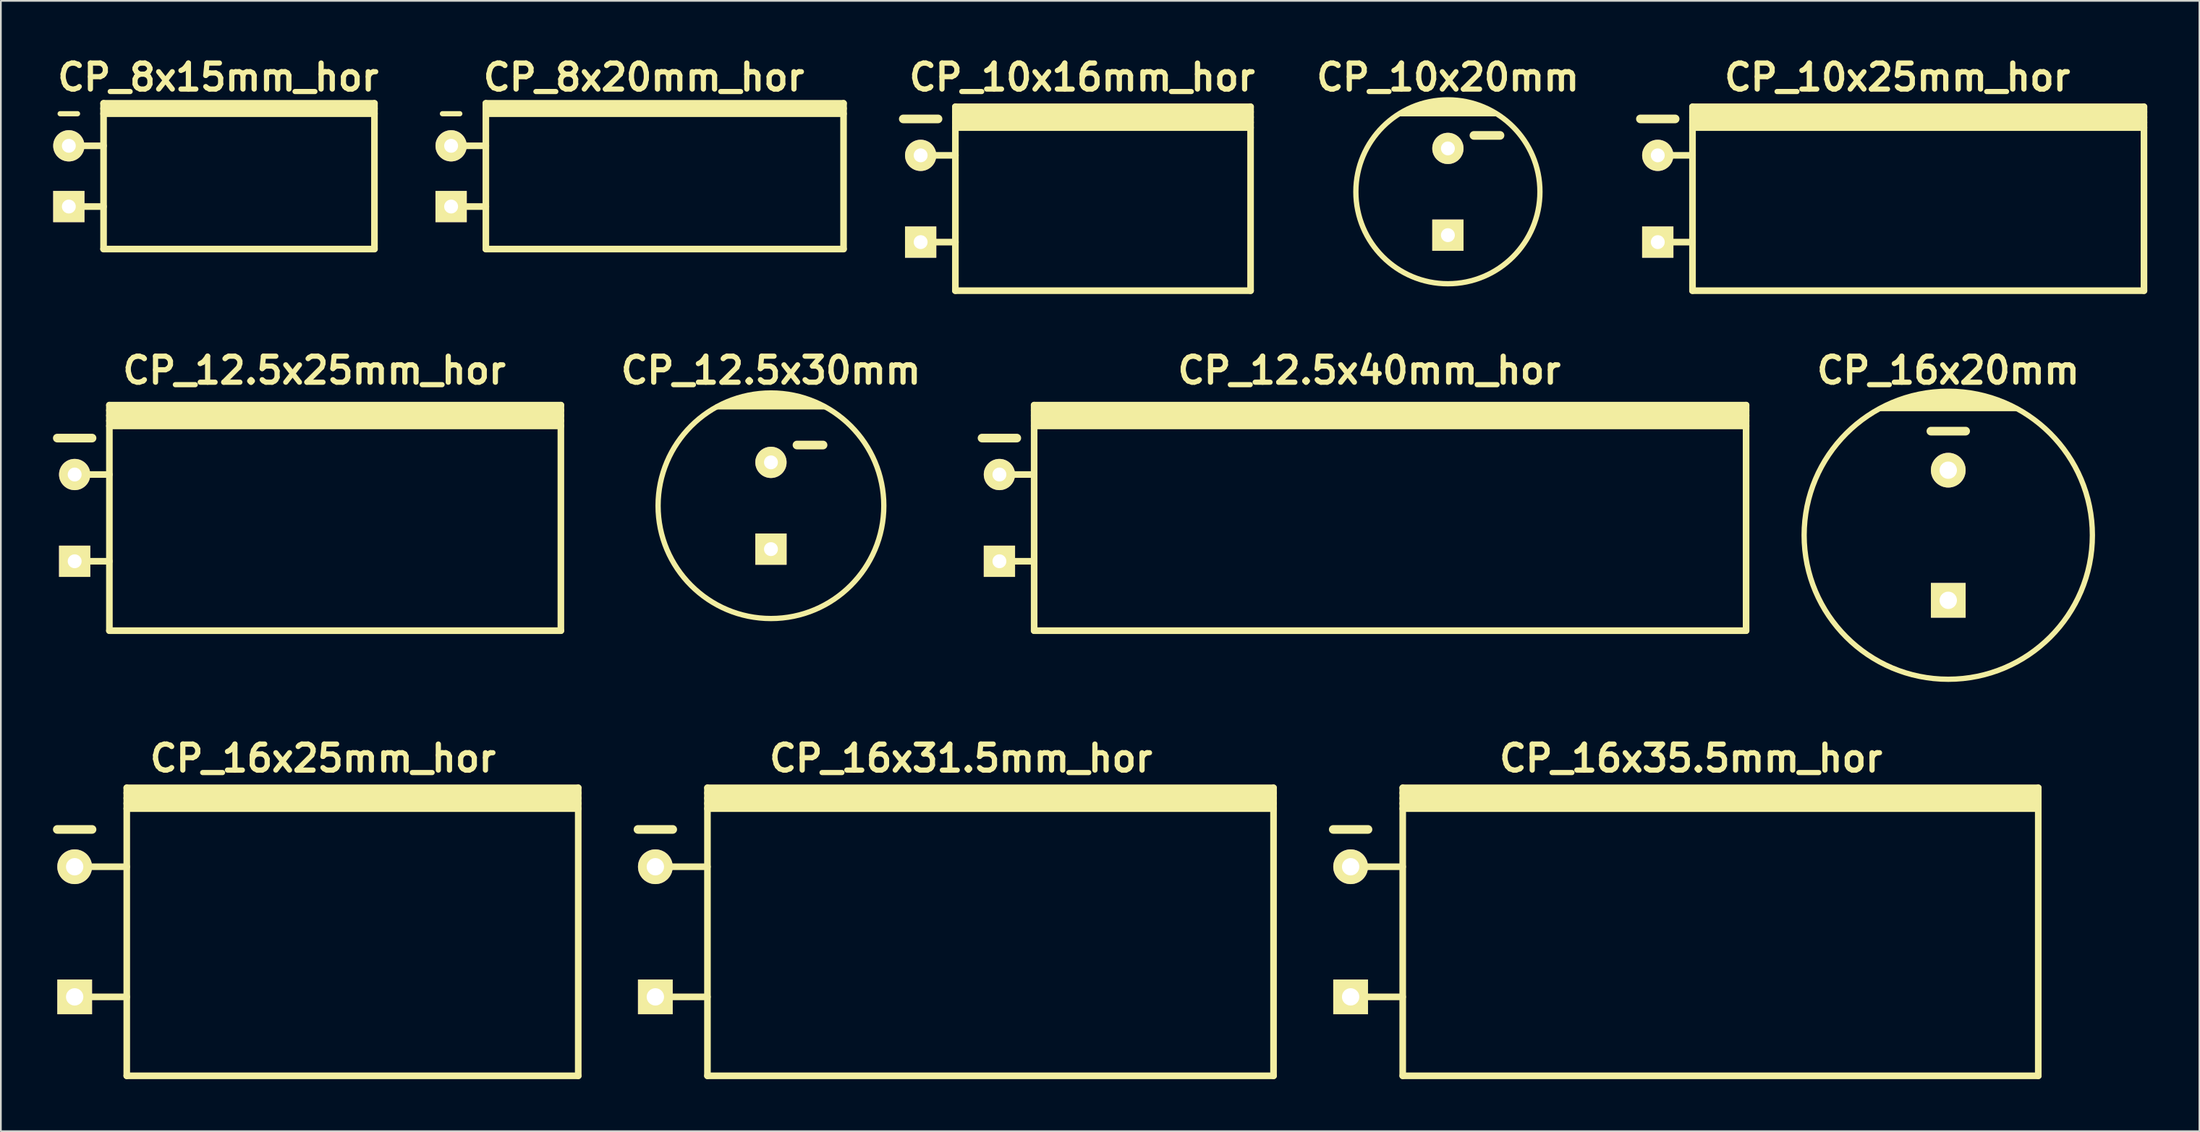
<source format=kicad_pcb>
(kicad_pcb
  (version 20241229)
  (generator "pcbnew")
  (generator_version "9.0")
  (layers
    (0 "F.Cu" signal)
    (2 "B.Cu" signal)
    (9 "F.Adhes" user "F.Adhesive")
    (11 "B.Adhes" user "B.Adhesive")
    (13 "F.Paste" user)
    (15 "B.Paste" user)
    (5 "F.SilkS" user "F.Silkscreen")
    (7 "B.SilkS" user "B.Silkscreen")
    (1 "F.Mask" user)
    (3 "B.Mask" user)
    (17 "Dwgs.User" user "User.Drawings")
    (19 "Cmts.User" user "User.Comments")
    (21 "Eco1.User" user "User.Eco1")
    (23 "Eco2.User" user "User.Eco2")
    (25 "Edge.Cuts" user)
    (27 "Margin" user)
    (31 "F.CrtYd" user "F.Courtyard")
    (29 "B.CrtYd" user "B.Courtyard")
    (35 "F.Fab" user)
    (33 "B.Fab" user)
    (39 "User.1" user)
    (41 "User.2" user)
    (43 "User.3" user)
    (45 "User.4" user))
  (footprint "CP_16x31.5mm_hor"
    (layer "F.Cu")
    (at 52.291 50.655)
    (property "Reference" "CP_16x31.5mm_hor" (at 0 -10 0) (layer "F.SilkS") (effects (font (size 1.5 1.5) (thickness 0.3))))
    (attr through_hole)
    (fp_line (start -18.6 -5.9) (end -16.6 -5.9) (stroke (width 0.5) (type solid)) (layer "F.SilkS"))
    (fp_line (start -17.6 -3.75) (end -14.6 -3.75) (stroke (width 0.381) (type solid)) (layer "F.SilkS"))
    (fp_line (start -17.6 3.75) (end -14.6 3.75) (stroke (width 0.381) (type solid)) (layer "F.SilkS"))
    (fp_line (start -14.6 -8) (end 18 -8) (stroke (width 0.381) (type solid)) (layer "F.SilkS"))
    (fp_line (start -14.6 -7.7) (end 18 -7.7) (stroke (width 0.381) (type solid)) (layer "F.SilkS"))
    (fp_line (start -14.6 -7.4) (end 18 -7.4) (stroke (width 0.381) (type solid)) (layer "F.SilkS"))
    (fp_line (start -14.6 -7.1) (end 18 -7.1) (stroke (width 0.381) (type solid)) (layer "F.SilkS"))
    (fp_line (start -14.6 8.3) (end -14.6 -8.3) (stroke (width 0.381) (type solid)) (layer "F.SilkS"))
    (fp_line (start 18 -8.3) (end -14.6 -8.3) (stroke (width 0.381) (type solid)) (layer "F.SilkS"))
    (fp_line (start 18 -8.3) (end 18 8.3) (stroke (width 0.381) (type solid)) (layer "F.SilkS"))
    (fp_line (start 18 8.3) (end -14.6 8.3) (stroke (width 0.381) (type solid)) (layer "F.SilkS"))
    (pad "1" thru_hole rect (at -17.6 3.75) (size 2 2) (drill 1) (layers "*.Cu" "*.Mask" "F.SilkS"))
    (pad "2" thru_hole circle (at -17.6 -3.75) (size 2 2) (drill 1) (layers "*.Cu" "*.Mask" "F.SilkS")))
  (footprint "CP_16x25mm_hor"
    (layer "F.Cu")
    (at 15.55 50.655)
    (property "Reference" "CP_16x25mm_hor" (at 0 -10 0) (layer "F.SilkS") (effects (font (size 1.5 1.5) (thickness 0.3))))
    (attr through_hole)
    (fp_line (start -15.3 -5.9) (end -13.3 -5.9) (stroke (width 0.5) (type solid)) (layer "F.SilkS"))
    (fp_line (start -14.3 -3.75) (end -11.3 -3.75) (stroke (width 0.381) (type solid)) (layer "F.SilkS"))
    (fp_line (start -14.3 3.75) (end -11.3 3.75) (stroke (width 0.381) (type solid)) (layer "F.SilkS"))
    (fp_line (start -11.3 -8) (end 14.7 -8) (stroke (width 0.381) (type solid)) (layer "F.SilkS"))
    (fp_line (start -11.3 -7.7) (end 14.7 -7.7) (stroke (width 0.381) (type solid)) (layer "F.SilkS"))
    (fp_line (start -11.3 -7.4) (end 14.7 -7.4) (stroke (width 0.381) (type solid)) (layer "F.SilkS"))
    (fp_line (start -11.3 -7.1) (end 14.7 -7.1) (stroke (width 0.381) (type solid)) (layer "F.SilkS"))
    (fp_line (start -11.3 8.3) (end -11.3 -8.3) (stroke (width 0.381) (type solid)) (layer "F.SilkS"))
    (fp_line (start 14.7 -8.3) (end -11.3 -8.3) (stroke (width 0.381) (type solid)) (layer "F.SilkS"))
    (fp_line (start 14.7 -8.3) (end 14.7 8.3) (stroke (width 0.381) (type solid)) (layer "F.SilkS"))
    (fp_line (start 14.7 8.3) (end -11.3 8.3) (stroke (width 0.381) (type solid)) (layer "F.SilkS"))
    (pad "1" thru_hole rect (at -14.3 3.75) (size 2 2) (drill 1) (layers "*.Cu" "*.Mask" "F.SilkS"))
    (pad "2" thru_hole circle (at -14.3 -3.75) (size 2 2) (drill 1) (layers "*.Cu" "*.Mask" "F.SilkS")))
  (footprint "CP_10x20mm"
    (layer "F.Cu")
    (at 80.333 8.004)
    (property "Reference" "CP_10x20mm" (at 0 -6.6 0) (layer "F.SilkS") (effects (font (size 1.5 1.5) (thickness 0.3))))
    (attr through_hole)
    (fp_line (start -2.7 -4.5) (end 2.7 -4.5) (stroke (width 0.305) (type solid)) (layer "F.SilkS"))
    (fp_line (start -1.3 -5.1) (end 1.3 -5.1) (stroke (width 0.305) (type solid)) (layer "F.SilkS"))
    (fp_line (start 1.5 -3.25) (end 3 -3.25) (stroke (width 0.5) (type solid)) (layer "F.SilkS"))
    (fp_line (start 1.9 -4.9) (end -1.9 -4.9) (stroke (width 0.305) (type solid)) (layer "F.SilkS"))
    (fp_line (start 2.3 -4.7) (end -2.3 -4.7) (stroke (width 0.305) (type solid)) (layer "F.SilkS"))
    (fp_circle (center 0 0) (end -5.3 0) (stroke (width 0.305) (type solid)) (fill no) (layer "F.SilkS"))
    (pad "1" thru_hole rect (at 0 2.5) (size 1.8 1.8) (drill 0.8) (layers "*.Cu" "*.Mask" "F.SilkS"))
    (pad "2" thru_hole circle (at 0 -2.5) (size 1.8 1.8) (drill 0.8) (layers "*.Cu" "*.Mask" "F.SilkS")))
  (footprint "CP_8x15mm_hor"
    (layer "F.Cu")
    (at 9.514 7.104)
    (property "Reference" "CP_8x15mm_hor" (at 0 -5.7 0) (layer "F.SilkS") (effects (font (size 1.5 1.5) (thickness 0.3))))
    (attr through_hole)
    (fp_line (start -9.1 -3.6) (end -8.1 -3.6) (stroke (width 0.3) (type solid)) (layer "F.SilkS"))
    (fp_line (start -8.6 -1.75) (end -6.6 -1.75) (stroke (width 0.381) (type solid)) (layer "F.SilkS"))
    (fp_line (start -8.6 1.75) (end -6.6 1.75) (stroke (width 0.381) (type solid)) (layer "F.SilkS"))
    (fp_line (start -6.6 -3.9) (end 9 -3.9) (stroke (width 0.381) (type solid)) (layer "F.SilkS"))
    (fp_line (start -6.6 -3.6) (end 9 -3.6) (stroke (width 0.381) (type solid)) (layer "F.SilkS"))
    (fp_line (start -6.6 4.2) (end -6.6 -4.2) (stroke (width 0.381) (type solid)) (layer "F.SilkS"))
    (fp_line (start 9 -4.2) (end -6.6 -4.2) (stroke (width 0.381) (type solid)) (layer "F.SilkS"))
    (fp_line (start 9 -4.2) (end 9 4.2) (stroke (width 0.381) (type solid)) (layer "F.SilkS"))
    (fp_line (start 9 4.2) (end -6.6 4.2) (stroke (width 0.381) (type solid)) (layer "F.SilkS"))
    (pad "1" thru_hole rect (at -8.6 1.75) (size 1.8 1.8) (drill 0.8) (layers "*.Cu" "*.Mask" "F.SilkS"))
    (pad "2" thru_hole circle (at -8.6 -1.75) (size 1.8 1.8) (drill 0.8) (layers "*.Cu" "*.Mask" "F.SilkS")))
  (footprint "CP_10x16mm_hor"
    (layer "F.Cu")
    (at 59.269 8.404)
    (property "Reference" "CP_10x16mm_hor" (at 0 -7 0) (layer "F.SilkS") (effects (font (size 1.5 1.5) (thickness 0.3))))
    (attr through_hole)
    (fp_line (start -10.3 -4.6) (end -8.3 -4.6) (stroke (width 0.5) (type solid)) (layer "F.SilkS"))
    (fp_line (start -9.3 -2.5) (end -7.3 -2.5) (stroke (width 0.381) (type solid)) (layer "F.SilkS"))
    (fp_line (start -9.3 2.5) (end -7.3 2.5) (stroke (width 0.381) (type solid)) (layer "F.SilkS"))
    (fp_line (start -7.3 -5) (end 9.7 -5) (stroke (width 0.381) (type solid)) (layer "F.SilkS"))
    (fp_line (start -7.3 -4.7) (end 9.7 -4.7) (stroke (width 0.381) (type solid)) (layer "F.SilkS"))
    (fp_line (start -7.3 -4.4) (end 9.7 -4.4) (stroke (width 0.381) (type solid)) (layer "F.SilkS"))
    (fp_line (start -7.3 -4.1) (end 9.7 -4.1) (stroke (width 0.381) (type solid)) (layer "F.SilkS"))
    (fp_line (start -7.3 5.3) (end -7.3 -5.3) (stroke (width 0.381) (type solid)) (layer "F.SilkS"))
    (fp_line (start 9.7 -5.3) (end -7.3 -5.3) (stroke (width 0.381) (type solid)) (layer "F.SilkS"))
    (fp_line (start 9.7 -5.3) (end 9.7 5.3) (stroke (width 0.381) (type solid)) (layer "F.SilkS"))
    (fp_line (start 9.7 5.3) (end -7.3 5.3) (stroke (width 0.381) (type solid)) (layer "F.SilkS"))
    (pad "1" thru_hole rect (at -9.3 2.5) (size 1.8 1.8) (drill 0.8) (layers "*.Cu" "*.Mask" "F.SilkS"))
    (pad "2" thru_hole circle (at -9.3 -2.5) (size 1.8 1.8) (drill 0.8) (layers "*.Cu" "*.Mask" "F.SilkS")))
  (footprint "CP_16x35.5mm_hor"
    (layer "F.Cu")
    (at 94.331 50.655)
    (property "Reference" "CP_16x35.5mm_hor" (at 0 -10 0) (layer "F.SilkS") (effects (font (size 1.5 1.5) (thickness 0.3))))
    (attr through_hole)
    (fp_line (start -20.6 -5.9) (end -18.6 -5.9) (stroke (width 0.5) (type solid)) (layer "F.SilkS"))
    (fp_line (start -19.6 -3.75) (end -16.6 -3.75) (stroke (width 0.381) (type solid)) (layer "F.SilkS"))
    (fp_line (start -19.6 3.75) (end -16.6 3.75) (stroke (width 0.381) (type solid)) (layer "F.SilkS"))
    (fp_line (start -16.6 -8) (end 20 -8) (stroke (width 0.381) (type solid)) (layer "F.SilkS"))
    (fp_line (start -16.6 -7.7) (end 20 -7.7) (stroke (width 0.381) (type solid)) (layer "F.SilkS"))
    (fp_line (start -16.6 -7.4) (end 20 -7.4) (stroke (width 0.381) (type solid)) (layer "F.SilkS"))
    (fp_line (start -16.6 -7.1) (end 20 -7.1) (stroke (width 0.381) (type solid)) (layer "F.SilkS"))
    (fp_line (start -16.6 8.3) (end -16.6 -8.3) (stroke (width 0.381) (type solid)) (layer "F.SilkS"))
    (fp_line (start 20 -8.3) (end -16.6 -8.3) (stroke (width 0.381) (type solid)) (layer "F.SilkS"))
    (fp_line (start 20 -8.3) (end 20 8.3) (stroke (width 0.381) (type solid)) (layer "F.SilkS"))
    (fp_line (start 20 8.3) (end -16.6 8.3) (stroke (width 0.381) (type solid)) (layer "F.SilkS"))
    (pad "1" thru_hole rect (at -19.6 3.75) (size 2 2) (drill 1) (layers "*.Cu" "*.Mask" "F.SilkS"))
    (pad "2" thru_hole circle (at -19.6 -3.75) (size 2 2) (drill 1) (layers "*.Cu" "*.Mask" "F.SilkS")))
  (footprint "CP_16x20mm"
    (layer "F.Cu")
    (at 109.148 27.799)
    (property "Reference" "CP_16x20mm" (at 0 -9.5 0) (layer "F.SilkS") (effects (font (size 1.5 1.5) (thickness 0.3))))
    (attr through_hole)
    (fp_line (start -3.4 -7.5) (end 3.4 -7.5) (stroke (width 0.305) (type solid)) (layer "F.SilkS"))
    (fp_line (start -2.4 -7.9) (end 2.4 -7.9) (stroke (width 0.305) (type solid)) (layer "F.SilkS"))
    (fp_line (start -1.7 -8.1) (end 1.7 -8.1) (stroke (width 0.305) (type solid)) (layer "F.SilkS"))
    (fp_line (start -1 -6) (end 1 -6) (stroke (width 0.5) (type solid)) (layer "F.SilkS"))
    (fp_line (start 3 -7.7) (end -2.9 -7.7) (stroke (width 0.305) (type solid)) (layer "F.SilkS"))
    (fp_line (start 3.9 -7.3) (end -3.9 -7.3) (stroke (width 0.305) (type solid)) (layer "F.SilkS"))
    (fp_circle (center 0 0) (end -8.3 0) (stroke (width 0.305) (type solid)) (fill no) (layer "F.SilkS"))
    (pad "1" thru_hole rect (at 0 3.75) (size 2 2) (drill 1) (layers "*.Cu" "*.Mask" "F.SilkS"))
    (pad "2" thru_hole circle (at 0 -3.75) (size 2 2) (drill 1) (layers "*.Cu" "*.Mask" "F.SilkS")))
  (footprint "CP_10x25mm_hor"
    (layer "F.Cu")
    (at 106.219 8.404)
    (property "Reference" "CP_10x25mm_hor" (at 0 -7 0) (layer "F.SilkS") (effects (font (size 1.5 1.5) (thickness 0.3))))
    (attr through_hole)
    (fp_line (start -14.8 -4.6) (end -12.8 -4.6) (stroke (width 0.5) (type solid)) (layer "F.SilkS"))
    (fp_line (start -13.8 -2.5) (end -11.8 -2.5) (stroke (width 0.381) (type solid)) (layer "F.SilkS"))
    (fp_line (start -13.8 2.5) (end -11.8 2.5) (stroke (width 0.381) (type solid)) (layer "F.SilkS"))
    (fp_line (start -11.8 -5) (end 14.2 -5) (stroke (width 0.381) (type solid)) (layer "F.SilkS"))
    (fp_line (start -11.8 -4.7) (end 14.2 -4.7) (stroke (width 0.381) (type solid)) (layer "F.SilkS"))
    (fp_line (start -11.8 -4.4) (end 14.2 -4.4) (stroke (width 0.381) (type solid)) (layer "F.SilkS"))
    (fp_line (start -11.8 -4.1) (end 14.2 -4.1) (stroke (width 0.381) (type solid)) (layer "F.SilkS"))
    (fp_line (start -11.8 5.3) (end -11.8 -5.3) (stroke (width 0.381) (type solid)) (layer "F.SilkS"))
    (fp_line (start 14.2 -5.3) (end -11.8 -5.3) (stroke (width 0.381) (type solid)) (layer "F.SilkS"))
    (fp_line (start 14.2 -5.3) (end 14.2 5.3) (stroke (width 0.381) (type solid)) (layer "F.SilkS"))
    (fp_line (start 14.2 5.3) (end -11.8 5.3) (stroke (width 0.381) (type solid)) (layer "F.SilkS"))
    (pad "1" thru_hole rect (at -13.8 2.5) (size 1.8 1.8) (drill 0.8) (layers "*.Cu" "*.Mask" "F.SilkS"))
    (pad "2" thru_hole circle (at -13.8 -2.5) (size 1.8 1.8) (drill 0.8) (layers "*.Cu" "*.Mask" "F.SilkS")))
  (footprint "CP_12.5x25mm_hor"
    (layer "F.Cu")
    (at 15.05 26.799)
    (property "Reference" "CP_12.5x25mm_hor" (at 0 -8.5 0) (layer "F.SilkS") (effects (font (size 1.5 1.5) (thickness 0.3))))
    (attr through_hole)
    (fp_line (start -14.8 -4.6) (end -12.8 -4.6) (stroke (width 0.5) (type solid)) (layer "F.SilkS"))
    (fp_line (start -13.8 -2.5) (end -11.8 -2.5) (stroke (width 0.381) (type solid)) (layer "F.SilkS"))
    (fp_line (start -13.8 2.5) (end -11.8 2.5) (stroke (width 0.381) (type solid)) (layer "F.SilkS"))
    (fp_line (start -11.8 -6.2) (end 14.2 -6.2) (stroke (width 0.381) (type solid)) (layer "F.SilkS"))
    (fp_line (start -11.8 -5.9) (end 14.2 -5.9) (stroke (width 0.381) (type solid)) (layer "F.SilkS"))
    (fp_line (start -11.8 -5.6) (end 14.2 -5.6) (stroke (width 0.381) (type solid)) (layer "F.SilkS"))
    (fp_line (start -11.8 -5.3) (end 14.2 -5.3) (stroke (width 0.381) (type solid)) (layer "F.SilkS"))
    (fp_line (start -11.8 6.5) (end -11.8 -6.5) (stroke (width 0.381) (type solid)) (layer "F.SilkS"))
    (fp_line (start 14.2 -6.5) (end -11.8 -6.5) (stroke (width 0.381) (type solid)) (layer "F.SilkS"))
    (fp_line (start 14.2 -6.5) (end 14.2 6.5) (stroke (width 0.381) (type solid)) (layer "F.SilkS"))
    (fp_line (start 14.2 6.5) (end -11.8 6.5) (stroke (width 0.381) (type solid)) (layer "F.SilkS"))
    (pad "1" thru_hole rect (at -13.8 2.5) (size 1.8 1.8) (drill 0.8) (layers "*.Cu" "*.Mask" "F.SilkS"))
    (pad "2" thru_hole circle (at -13.8 -2.5) (size 1.8 1.8) (drill 0.8) (layers "*.Cu" "*.Mask" "F.SilkS")))
  (footprint "CP_12.5x30mm"
    (layer "F.Cu")
    (at 41.348 26.099)
    (property "Reference" "CP_12.5x30mm" (at 0 -7.8 0) (layer "F.SilkS") (effects (font (size 1.5 1.5) (thickness 0.3))))
    (attr through_hole)
    (fp_line (start -3.1 -5.7) (end 3.1 -5.7) (stroke (width 0.305) (type solid)) (layer "F.SilkS"))
    (fp_line (start -1.4 -6.3) (end 1.4 -6.3) (stroke (width 0.305) (type solid)) (layer "F.SilkS"))
    (fp_line (start 1.5 -3.5) (end 3 -3.5) (stroke (width 0.5) (type solid)) (layer "F.SilkS"))
    (fp_line (start 2 -6.1) (end -2 -6.1) (stroke (width 0.305) (type solid)) (layer "F.SilkS"))
    (fp_line (start 2.4 -5.9) (end -2.4 -5.9) (stroke (width 0.305) (type solid)) (layer "F.SilkS"))
    (fp_circle (center 0 0) (end -6.5 0) (stroke (width 0.305) (type solid)) (fill no) (layer "F.SilkS"))
    (pad "1" thru_hole rect (at 0 2.5) (size 1.8 1.8) (drill 0.8) (layers "*.Cu" "*.Mask" "F.SilkS"))
    (pad "2" thru_hole circle (at 0 -2.5) (size 1.8 1.8) (drill 0.8) (layers "*.Cu" "*.Mask" "F.SilkS")))
  (footprint "CP_8x20mm_hor"
    (layer "F.Cu")
    (at 34.029 7.104)
    (property "Reference" "CP_8x20mm_hor" (at 0 -5.7 0) (layer "F.SilkS") (effects (font (size 1.5 1.5) (thickness 0.3))))
    (attr through_hole)
    (fp_line (start -11.6 -3.6) (end -10.6 -3.6) (stroke (width 0.3) (type solid)) (layer "F.SilkS"))
    (fp_line (start -11.1 -1.75) (end -9.1 -1.75) (stroke (width 0.381) (type solid)) (layer "F.SilkS"))
    (fp_line (start -11.1 1.75) (end -9.1 1.75) (stroke (width 0.381) (type solid)) (layer "F.SilkS"))
    (fp_line (start -9.1 -3.9) (end 11.5 -3.9) (stroke (width 0.381) (type solid)) (layer "F.SilkS"))
    (fp_line (start -9.1 -3.6) (end 11.5 -3.6) (stroke (width 0.381) (type solid)) (layer "F.SilkS"))
    (fp_line (start -9.1 4.2) (end -9.1 -4.2) (stroke (width 0.381) (type solid)) (layer "F.SilkS"))
    (fp_line (start 11.5 -4.2) (end -9.1 -4.2) (stroke (width 0.381) (type solid)) (layer "F.SilkS"))
    (fp_line (start 11.5 -4.2) (end 11.5 4.2) (stroke (width 0.381) (type solid)) (layer "F.SilkS"))
    (fp_line (start 11.5 4.2) (end -9.1 4.2) (stroke (width 0.381) (type solid)) (layer "F.SilkS"))
    (pad "1" thru_hole rect (at -11.1 1.75) (size 1.8 1.8) (drill 0.8) (layers "*.Cu" "*.Mask" "F.SilkS"))
    (pad "2" thru_hole circle (at -11.1 -1.75) (size 1.8 1.8) (drill 0.8) (layers "*.Cu" "*.Mask" "F.SilkS")))
  (footprint "CP_12.5x40mm_hor"
    (layer "F.Cu")
    (at 75.805 26.799)
    (property "Reference" "CP_12.5x40mm_hor" (at 0 -8.5 0) (layer "F.SilkS") (effects (font (size 1.5 1.5) (thickness 0.3))))
    (attr through_hole)
    (fp_line (start -22.3 -4.6) (end -20.3 -4.6) (stroke (width 0.5) (type solid)) (layer "F.SilkS"))
    (fp_line (start -21.3 -2.5) (end -19.3 -2.5) (stroke (width 0.381) (type solid)) (layer "F.SilkS"))
    (fp_line (start -21.3 2.5) (end -19.3 2.5) (stroke (width 0.381) (type solid)) (layer "F.SilkS"))
    (fp_line (start -19.3 -6.2) (end 21.7 -6.2) (stroke (width 0.381) (type solid)) (layer "F.SilkS"))
    (fp_line (start -19.3 -5.9) (end 21.7 -5.9) (stroke (width 0.381) (type solid)) (layer "F.SilkS"))
    (fp_line (start -19.3 -5.6) (end 21.7 -5.6) (stroke (width 0.381) (type solid)) (layer "F.SilkS"))
    (fp_line (start -19.3 -5.3) (end 21.7 -5.3) (stroke (width 0.381) (type solid)) (layer "F.SilkS"))
    (fp_line (start -19.3 6.5) (end -19.3 -6.5) (stroke (width 0.381) (type solid)) (layer "F.SilkS"))
    (fp_line (start 21.7 -6.5) (end -19.3 -6.5) (stroke (width 0.381) (type solid)) (layer "F.SilkS"))
    (fp_line (start 21.7 -6.5) (end 21.7 6.5) (stroke (width 0.381) (type solid)) (layer "F.SilkS"))
    (fp_line (start 21.7 6.5) (end -19.3 6.5) (stroke (width 0.381) (type solid)) (layer "F.SilkS"))
    (pad "1" thru_hole rect (at -21.3 2.5) (size 1.8 1.8) (drill 0.8) (layers "*.Cu" "*.Mask" "F.SilkS"))
    (pad "2" thru_hole circle (at -21.3 -2.5) (size 1.8 1.8) (drill 0.8) (layers "*.Cu" "*.Mask" "F.SilkS")))
  (gr_rect
    (start -3 -3)
    (end 123.61 62.145)
    (stroke (width 0.1) (type default))
    (fill no)
    (layer "Edge.Cuts")))
</source>
